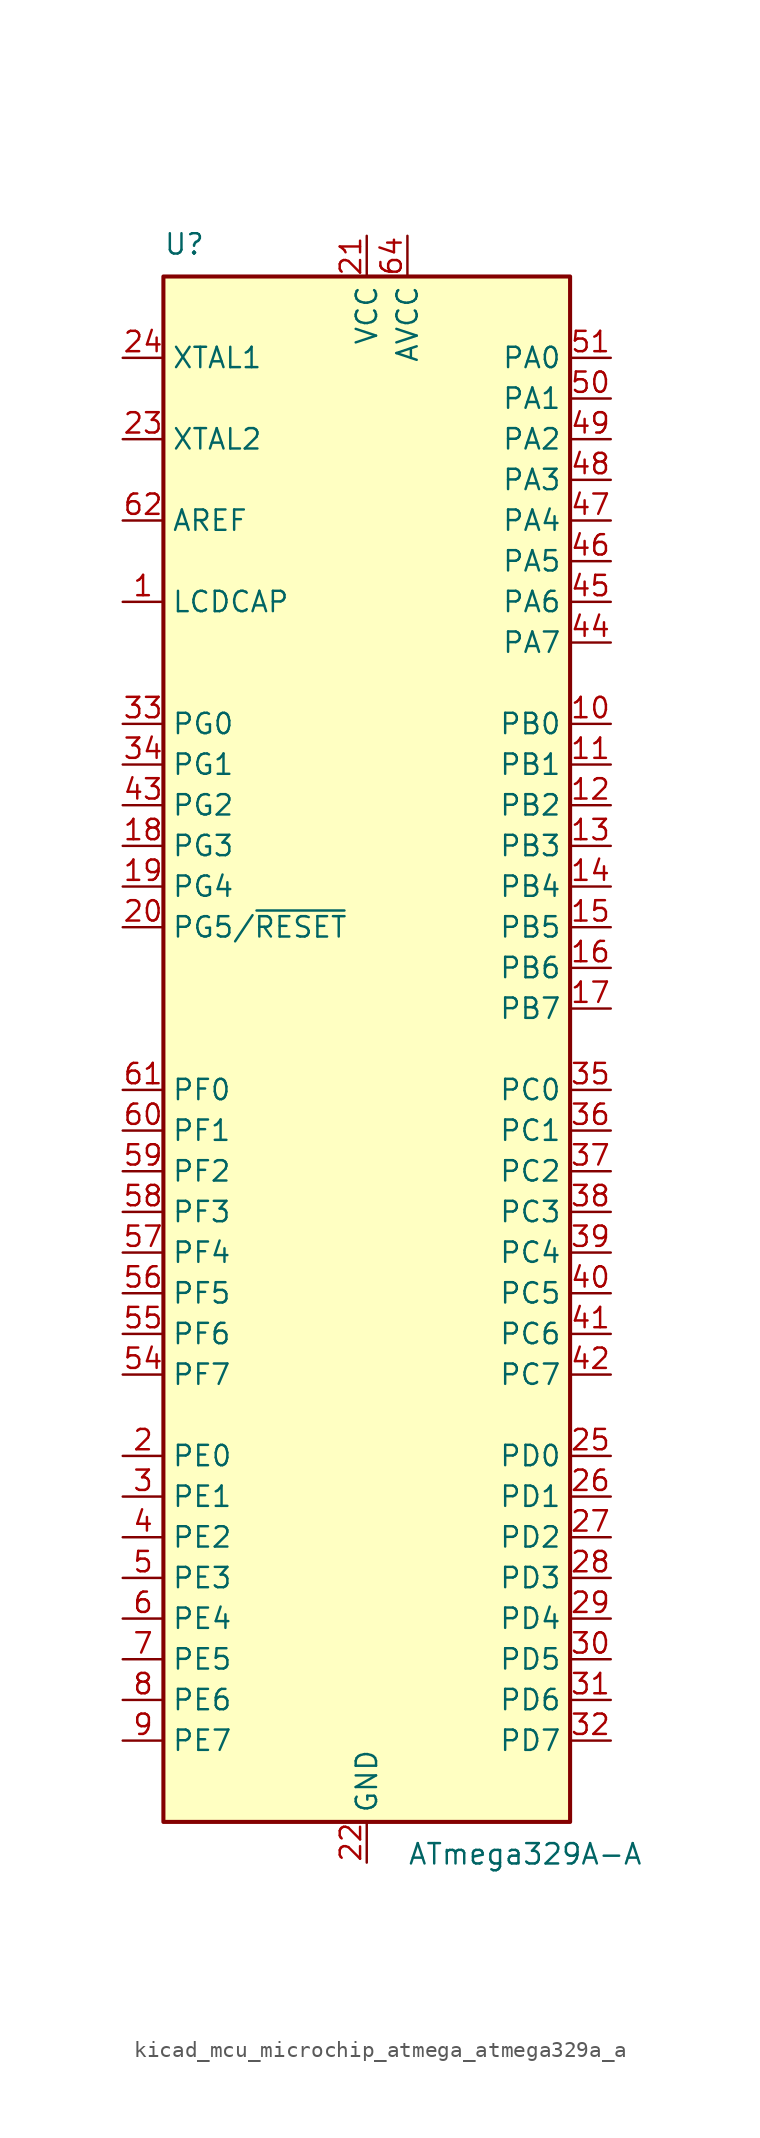
<source format=kicad_sym>
(kicad_symbol_lib
  (version 20220914)
  (generator kicad_symbol_editor)
  (symbol "kicad_mcu_microchip_atmega_atmega329a_a"
    (property "Reference" "U"
      (at -12.7 49.53 0)
      (effects (font (size 1.27 1.27)) (justify left bottom)))
    (property "Value" "ATmega329A-A"
      (at 2.54 -49.53 0)
      (effects (font (size 1.27 1.27)) (justify left top)))
    (symbol "kicad_mcu_microchip_atmega_atmega329a_a_0_1"
      (rectangle (start -12.7 -48.26) (end 12.7 48.26) (stroke (width 0.254) (type default)) (fill (type background))))
    (symbol "kicad_mcu_microchip_atmega_atmega329a_a_1_1"
      (pin passive line (at -15.24 27.94 0) (length 2.54) (name "LCDCAP" (effects (font (size 1.27 1.27)))) (number "1" (effects (font (size 1.27 1.27)))))
      (pin bidirectional line (at 15.24 20.32 180) (length 2.54) (name "PB0" (effects (font (size 1.27 1.27)))) (number "10" (effects (font (size 1.27 1.27)))))
      (pin bidirectional line (at 15.24 17.78 180) (length 2.54) (name "PB1" (effects (font (size 1.27 1.27)))) (number "11" (effects (font (size 1.27 1.27)))))
      (pin bidirectional line (at 15.24 15.24 180) (length 2.54) (name "PB2" (effects (font (size 1.27 1.27)))) (number "12" (effects (font (size 1.27 1.27)))))
      (pin bidirectional line (at 15.24 12.7 180) (length 2.54) (name "PB3" (effects (font (size 1.27 1.27)))) (number "13" (effects (font (size 1.27 1.27)))))
      (pin bidirectional line (at 15.24 10.16 180) (length 2.54) (name "PB4" (effects (font (size 1.27 1.27)))) (number "14" (effects (font (size 1.27 1.27)))))
      (pin bidirectional line (at 15.24 7.62 180) (length 2.54) (name "PB5" (effects (font (size 1.27 1.27)))) (number "15" (effects (font (size 1.27 1.27)))))
      (pin bidirectional line (at 15.24 5.08 180) (length 2.54) (name "PB6" (effects (font (size 1.27 1.27)))) (number "16" (effects (font (size 1.27 1.27)))))
      (pin bidirectional line (at 15.24 2.54 180) (length 2.54) (name "PB7" (effects (font (size 1.27 1.27)))) (number "17" (effects (font (size 1.27 1.27)))))
      (pin bidirectional line (at -15.24 12.7 0) (length 2.54) (name "PG3" (effects (font (size 1.27 1.27)))) (number "18" (effects (font (size 1.27 1.27)))))
      (pin bidirectional line (at -15.24 10.16 0) (length 2.54) (name "PG4" (effects (font (size 1.27 1.27)))) (number "19" (effects (font (size 1.27 1.27)))))
      (pin bidirectional line (at -15.24 -25.4 0) (length 2.54) (name "PE0" (effects (font (size 1.27 1.27)))) (number "2" (effects (font (size 1.27 1.27)))))
      (pin bidirectional line (at -15.24 7.62 0) (length 2.54) (name "PG5/~{RESET}" (effects (font (size 1.27 1.27)))) (number "20" (effects (font (size 1.27 1.27)))))
      (pin power_in line (at 0 50.8 270) (length 2.54) (name "VCC" (effects (font (size 1.27 1.27)))) (number "21" (effects (font (size 1.27 1.27)))))
      (pin power_in line (at 0 -50.8 90) (length 2.54) (name "GND" (effects (font (size 1.27 1.27)))) (number "22" (effects (font (size 1.27 1.27)))))
      (pin output line (at -15.24 38.1 0) (length 2.54) (name "XTAL2" (effects (font (size 1.27 1.27)))) (number "23" (effects (font (size 1.27 1.27)))))
      (pin input line (at -15.24 43.18 0) (length 2.54) (name "XTAL1" (effects (font (size 1.27 1.27)))) (number "24" (effects (font (size 1.27 1.27)))))
      (pin bidirectional line (at 15.24 -25.4 180) (length 2.54) (name "PD0" (effects (font (size 1.27 1.27)))) (number "25" (effects (font (size 1.27 1.27)))))
      (pin bidirectional line (at 15.24 -27.94 180) (length 2.54) (name "PD1" (effects (font (size 1.27 1.27)))) (number "26" (effects (font (size 1.27 1.27)))))
      (pin bidirectional line (at 15.24 -30.48 180) (length 2.54) (name "PD2" (effects (font (size 1.27 1.27)))) (number "27" (effects (font (size 1.27 1.27)))))
      (pin bidirectional line (at 15.24 -33.02 180) (length 2.54) (name "PD3" (effects (font (size 1.27 1.27)))) (number "28" (effects (font (size 1.27 1.27)))))
      (pin bidirectional line (at 15.24 -35.56 180) (length 2.54) (name "PD4" (effects (font (size 1.27 1.27)))) (number "29" (effects (font (size 1.27 1.27)))))
      (pin bidirectional line (at -15.24 -27.94 0) (length 2.54) (name "PE1" (effects (font (size 1.27 1.27)))) (number "3" (effects (font (size 1.27 1.27)))))
      (pin bidirectional line (at 15.24 -38.1 180) (length 2.54) (name "PD5" (effects (font (size 1.27 1.27)))) (number "30" (effects (font (size 1.27 1.27)))))
      (pin bidirectional line (at 15.24 -40.64 180) (length 2.54) (name "PD6" (effects (font (size 1.27 1.27)))) (number "31" (effects (font (size 1.27 1.27)))))
      (pin bidirectional line (at 15.24 -43.18 180) (length 2.54) (name "PD7" (effects (font (size 1.27 1.27)))) (number "32" (effects (font (size 1.27 1.27)))))
      (pin bidirectional line (at -15.24 20.32 0) (length 2.54) (name "PG0" (effects (font (size 1.27 1.27)))) (number "33" (effects (font (size 1.27 1.27)))))
      (pin bidirectional line (at -15.24 17.78 0) (length 2.54) (name "PG1" (effects (font (size 1.27 1.27)))) (number "34" (effects (font (size 1.27 1.27)))))
      (pin bidirectional line (at 15.24 -2.54 180) (length 2.54) (name "PC0" (effects (font (size 1.27 1.27)))) (number "35" (effects (font (size 1.27 1.27)))))
      (pin bidirectional line (at 15.24 -5.08 180) (length 2.54) (name "PC1" (effects (font (size 1.27 1.27)))) (number "36" (effects (font (size 1.27 1.27)))))
      (pin bidirectional line (at 15.24 -7.62 180) (length 2.54) (name "PC2" (effects (font (size 1.27 1.27)))) (number "37" (effects (font (size 1.27 1.27)))))
      (pin bidirectional line (at 15.24 -10.16 180) (length 2.54) (name "PC3" (effects (font (size 1.27 1.27)))) (number "38" (effects (font (size 1.27 1.27)))))
      (pin bidirectional line (at 15.24 -12.7 180) (length 2.54) (name "PC4" (effects (font (size 1.27 1.27)))) (number "39" (effects (font (size 1.27 1.27)))))
      (pin bidirectional line (at -15.24 -30.48 0) (length 2.54) (name "PE2" (effects (font (size 1.27 1.27)))) (number "4" (effects (font (size 1.27 1.27)))))
      (pin bidirectional line (at 15.24 -15.24 180) (length 2.54) (name "PC5" (effects (font (size 1.27 1.27)))) (number "40" (effects (font (size 1.27 1.27)))))
      (pin bidirectional line (at 15.24 -17.78 180) (length 2.54) (name "PC6" (effects (font (size 1.27 1.27)))) (number "41" (effects (font (size 1.27 1.27)))))
      (pin bidirectional line (at 15.24 -20.32 180) (length 2.54) (name "PC7" (effects (font (size 1.27 1.27)))) (number "42" (effects (font (size 1.27 1.27)))))
      (pin bidirectional line (at -15.24 15.24 0) (length 2.54) (name "PG2" (effects (font (size 1.27 1.27)))) (number "43" (effects (font (size 1.27 1.27)))))
      (pin bidirectional line (at 15.24 25.4 180) (length 2.54) (name "PA7" (effects (font (size 1.27 1.27)))) (number "44" (effects (font (size 1.27 1.27)))))
      (pin bidirectional line (at 15.24 27.94 180) (length 2.54) (name "PA6" (effects (font (size 1.27 1.27)))) (number "45" (effects (font (size 1.27 1.27)))))
      (pin bidirectional line (at 15.24 30.48 180) (length 2.54) (name "PA5" (effects (font (size 1.27 1.27)))) (number "46" (effects (font (size 1.27 1.27)))))
      (pin bidirectional line (at 15.24 33.02 180) (length 2.54) (name "PA4" (effects (font (size 1.27 1.27)))) (number "47" (effects (font (size 1.27 1.27)))))
      (pin bidirectional line (at 15.24 35.56 180) (length 2.54) (name "PA3" (effects (font (size 1.27 1.27)))) (number "48" (effects (font (size 1.27 1.27)))))
      (pin bidirectional line (at 15.24 38.1 180) (length 2.54) (name "PA2" (effects (font (size 1.27 1.27)))) (number "49" (effects (font (size 1.27 1.27)))))
      (pin bidirectional line (at -15.24 -33.02 0) (length 2.54) (name "PE3" (effects (font (size 1.27 1.27)))) (number "5" (effects (font (size 1.27 1.27)))))
      (pin bidirectional line (at 15.24 40.64 180) (length 2.54) (name "PA1" (effects (font (size 1.27 1.27)))) (number "50" (effects (font (size 1.27 1.27)))))
      (pin bidirectional line (at 15.24 43.18 180) (length 2.54) (name "PA0" (effects (font (size 1.27 1.27)))) (number "51" (effects (font (size 1.27 1.27)))))
      (pin passive line (at 0 50.8 270) (length 2.54) hide (name "VCC" (effects (font (size 1.27 1.27)))) (number "52" (effects (font (size 1.27 1.27)))))
      (pin passive line (at 0 -50.8 90) (length 2.54) hide (name "GND" (effects (font (size 1.27 1.27)))) (number "53" (effects (font (size 1.27 1.27)))))
      (pin bidirectional line (at -15.24 -20.32 0) (length 2.54) (name "PF7" (effects (font (size 1.27 1.27)))) (number "54" (effects (font (size 1.27 1.27)))))
      (pin bidirectional line (at -15.24 -17.78 0) (length 2.54) (name "PF6" (effects (font (size 1.27 1.27)))) (number "55" (effects (font (size 1.27 1.27)))))
      (pin bidirectional line (at -15.24 -15.24 0) (length 2.54) (name "PF5" (effects (font (size 1.27 1.27)))) (number "56" (effects (font (size 1.27 1.27)))))
      (pin bidirectional line (at -15.24 -12.7 0) (length 2.54) (name "PF4" (effects (font (size 1.27 1.27)))) (number "57" (effects (font (size 1.27 1.27)))))
      (pin bidirectional line (at -15.24 -10.16 0) (length 2.54) (name "PF3" (effects (font (size 1.27 1.27)))) (number "58" (effects (font (size 1.27 1.27)))))
      (pin bidirectional line (at -15.24 -7.62 0) (length 2.54) (name "PF2" (effects (font (size 1.27 1.27)))) (number "59" (effects (font (size 1.27 1.27)))))
      (pin bidirectional line (at -15.24 -35.56 0) (length 2.54) (name "PE4" (effects (font (size 1.27 1.27)))) (number "6" (effects (font (size 1.27 1.27)))))
      (pin bidirectional line (at -15.24 -5.08 0) (length 2.54) (name "PF1" (effects (font (size 1.27 1.27)))) (number "60" (effects (font (size 1.27 1.27)))))
      (pin bidirectional line (at -15.24 -2.54 0) (length 2.54) (name "PF0" (effects (font (size 1.27 1.27)))) (number "61" (effects (font (size 1.27 1.27)))))
      (pin passive line (at -15.24 33.02 0) (length 2.54) (name "AREF" (effects (font (size 1.27 1.27)))) (number "62" (effects (font (size 1.27 1.27)))))
      (pin passive line (at 0 -50.8 90) (length 2.54) hide (name "GND" (effects (font (size 1.27 1.27)))) (number "63" (effects (font (size 1.27 1.27)))))
      (pin power_in line (at 2.54 50.8 270) (length 2.54) (name "AVCC" (effects (font (size 1.27 1.27)))) (number "64" (effects (font (size 1.27 1.27)))))
      (pin bidirectional line (at -15.24 -38.1 0) (length 2.54) (name "PE5" (effects (font (size 1.27 1.27)))) (number "7" (effects (font (size 1.27 1.27)))))
      (pin bidirectional line (at -15.24 -40.64 0) (length 2.54) (name "PE6" (effects (font (size 1.27 1.27)))) (number "8" (effects (font (size 1.27 1.27)))))
      (pin bidirectional line (at -15.24 -43.18 0) (length 2.54) (name "PE7" (effects (font (size 1.27 1.27)))) (number "9" (effects (font (size 1.27 1.27))))))))
</source>
